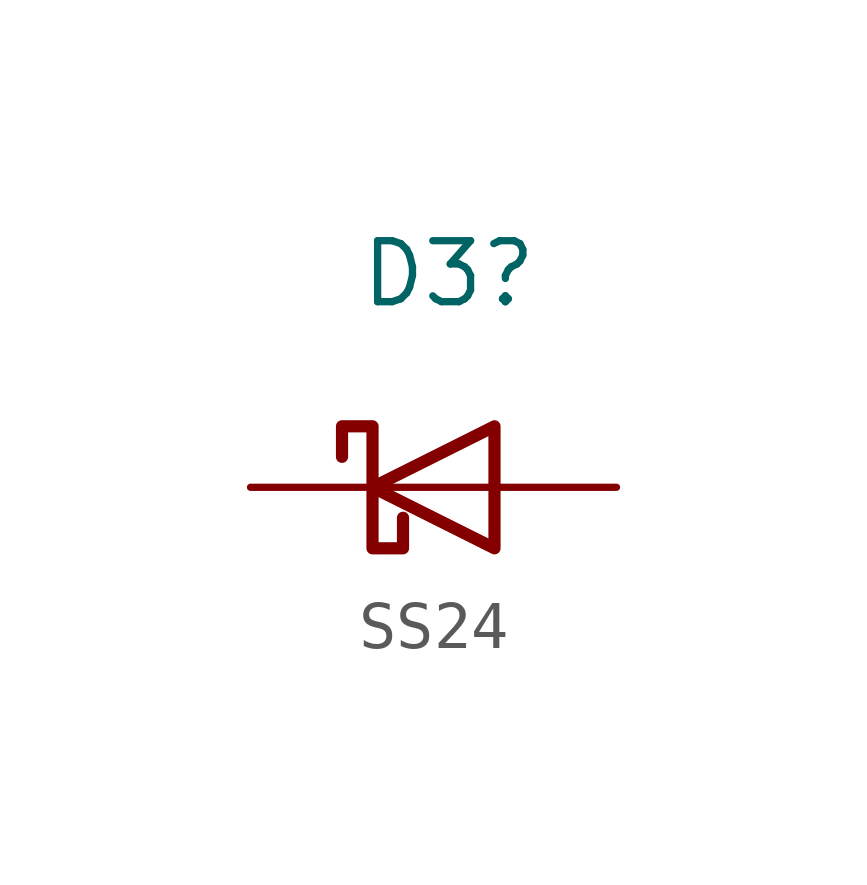
<source format=kicad_sym>
(kicad_symbol_lib
  (version 20211014)
  (generator kicad_symbol_editor)
  (symbol "SS24"
    (pin_numbers hide)
    (pin_names hide)
    (property "Reference" "D3"
      (at 0.318 4.445 0)
      (effects (font (size 1.27 1.27))))
    (symbol "SS24_0_1"
      (polyline (pts (xy 1.27 0) (xy -1.27 0)) (stroke (width 0) (type default) (color 0 0 0 0)) (fill (type none)))
      (polyline (pts (xy 1.27 1.27) (xy 1.27 -1.27) (xy -1.27 0) (xy 1.27 1.27)) (stroke (width 0.254) (type default) (color 0 0 0 0)) (fill (type none)))
      (polyline (pts (xy -1.905 0.635) (xy -1.905 1.27) (xy -1.27 1.27) (xy -1.27 -1.27) (xy -0.635 -1.27) (xy -0.635 -0.635)) (stroke (width 0.254) (type default) (color 0 0 0 0)) (fill (type none))))
    (symbol "SS24_1_1"
      (pin passive line (at -3.81 0 0) (length 2.54) (name "K" (effects (font (size 1.27 1.27)))) (number "1" (effects (font (size 1.27 1.27)))))
      (pin passive line (at 3.81 0 180) (length 2.54) (name "A" (effects (font (size 1.27 1.27)))) (number "2" (effects (font (size 1.27 1.27))))))))
</source>
